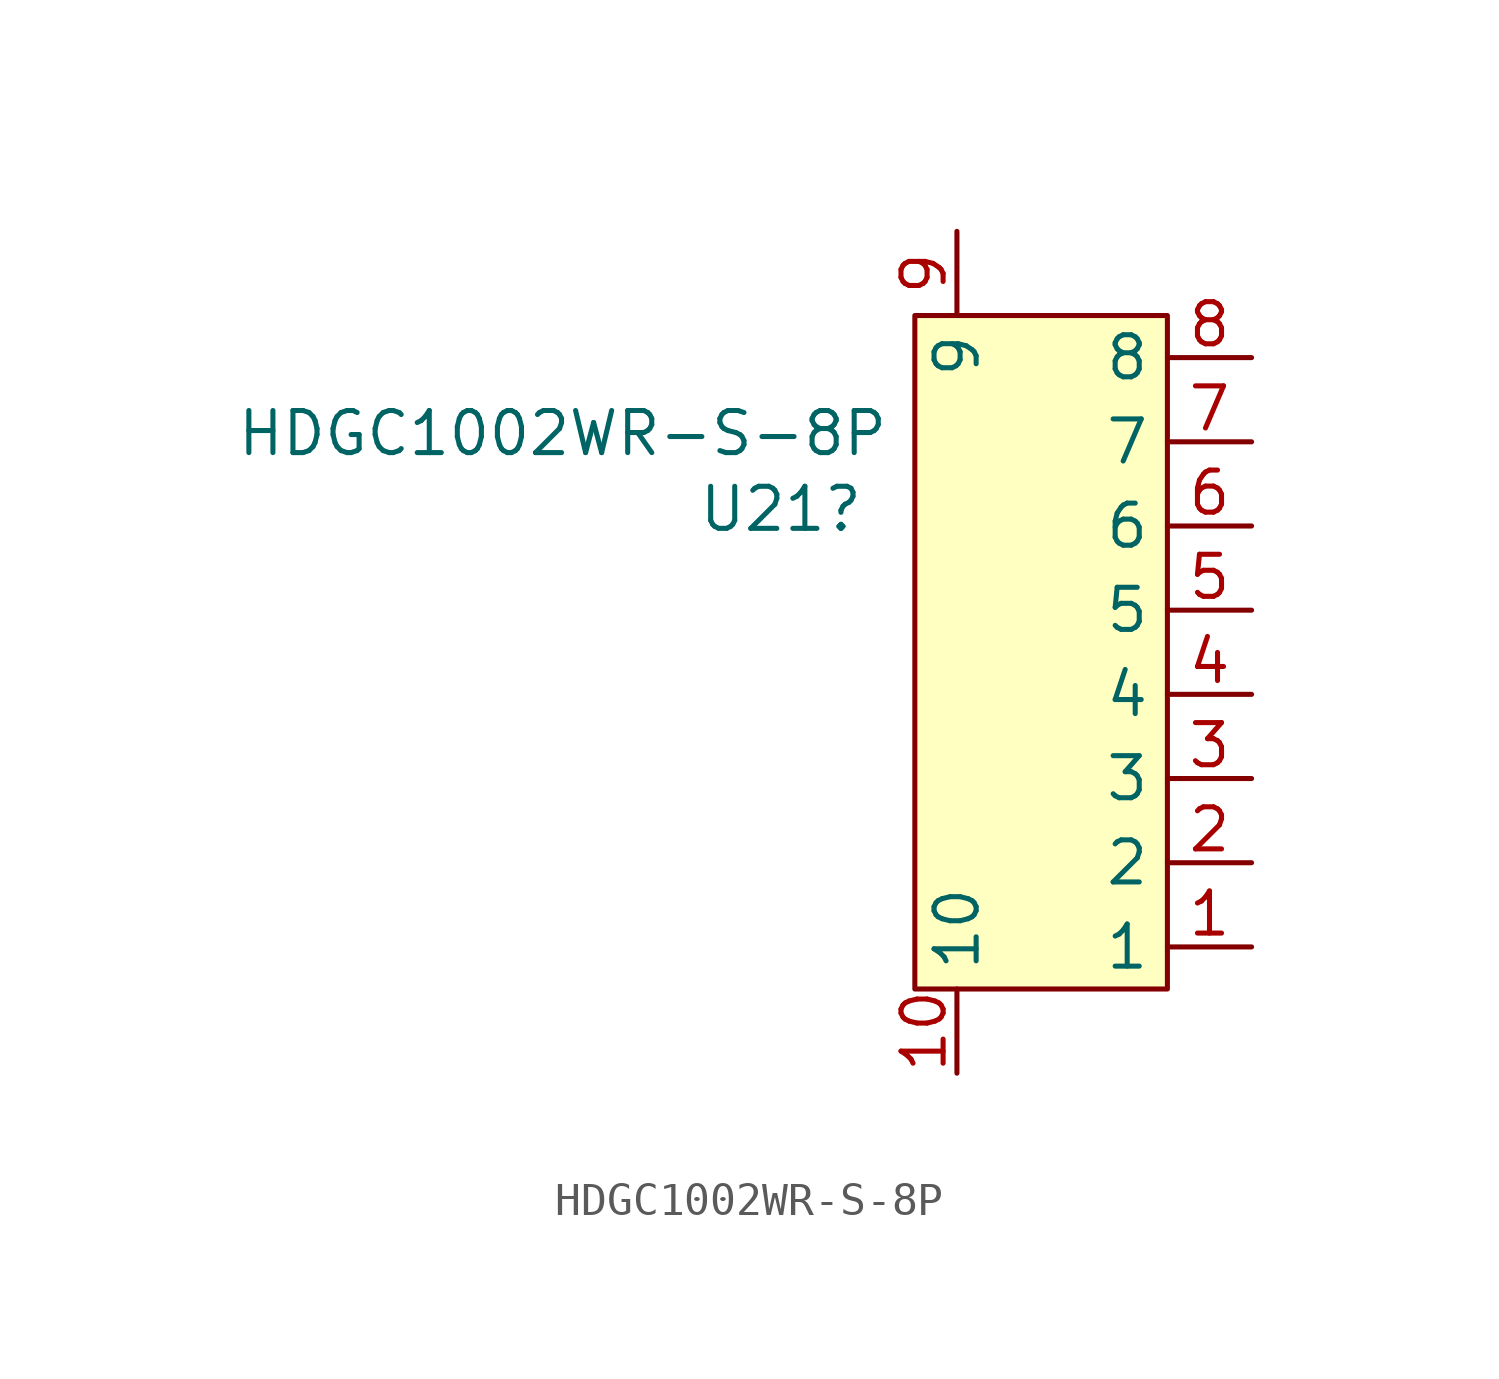
<source format=kicad_sym>
(kicad_symbol_lib
  (version 20241209)
  (generator "kicad_symbol_editor")
  (generator_version "9.0")
  (symbol "HDGC1002WR-S-8P"
    (property "Reference" "U21"
      (at -5.334 3.048 0)
      (effects (font (size 1.27 1.27)) (justify right)))
    (property "Value" "HDGC1002WR-S-8P"
      (at -4.572 5.334 0)
      (effects (font (size 1.27 1.27)) (justify right)))
    (symbol "HDGC1002WR-S-8P_0_1"
      (rectangle (start -3.81 8.89) (end 3.81 -11.43) (stroke (width 0) (type default)) (fill (type color) (color 255 255 194 1))))
    (symbol "HDGC1002WR-S-8P_1_1"
      (pin input line (at -2.54 11.43 270) (length 2.54) (name "9" (effects (font (size 1.27 1.27)))) (number "9" (effects (font (size 1.27 1.27)))))
      (pin input line (at -2.54 -13.97 90) (length 2.54) (name "10" (effects (font (size 1.27 1.27)))) (number "10" (effects (font (size 1.27 1.27)))))
      (pin input line (at 6.35 7.62 180) (length 2.54) (name "8" (effects (font (size 1.27 1.27)))) (number "8" (effects (font (size 1.27 1.27)))))
      (pin input line (at 6.35 5.08 180) (length 2.54) (name "7" (effects (font (size 1.27 1.27)))) (number "7" (effects (font (size 1.27 1.27)))))
      (pin input line (at 6.35 2.54 180) (length 2.54) (name "6" (effects (font (size 1.27 1.27)))) (number "6" (effects (font (size 1.27 1.27)))))
      (pin input line (at 6.35 0 180) (length 2.54) (name "5" (effects (font (size 1.27 1.27)))) (number "5" (effects (font (size 1.27 1.27)))))
      (pin input line (at 6.35 -2.54 180) (length 2.54) (name "4" (effects (font (size 1.27 1.27)))) (number "4" (effects (font (size 1.27 1.27)))))
      (pin input line (at 6.35 -5.08 180) (length 2.54) (name "3" (effects (font (size 1.27 1.27)))) (number "3" (effects (font (size 1.27 1.27)))))
      (pin input line (at 6.35 -7.62 180) (length 2.54) (name "2" (effects (font (size 1.27 1.27)))) (number "2" (effects (font (size 1.27 1.27)))))
      (pin input line (at 6.35 -10.16 180) (length 2.54) (name "1" (effects (font (size 1.27 1.27)))) (number "1" (effects (font (size 1.27 1.27))))))))
</source>
